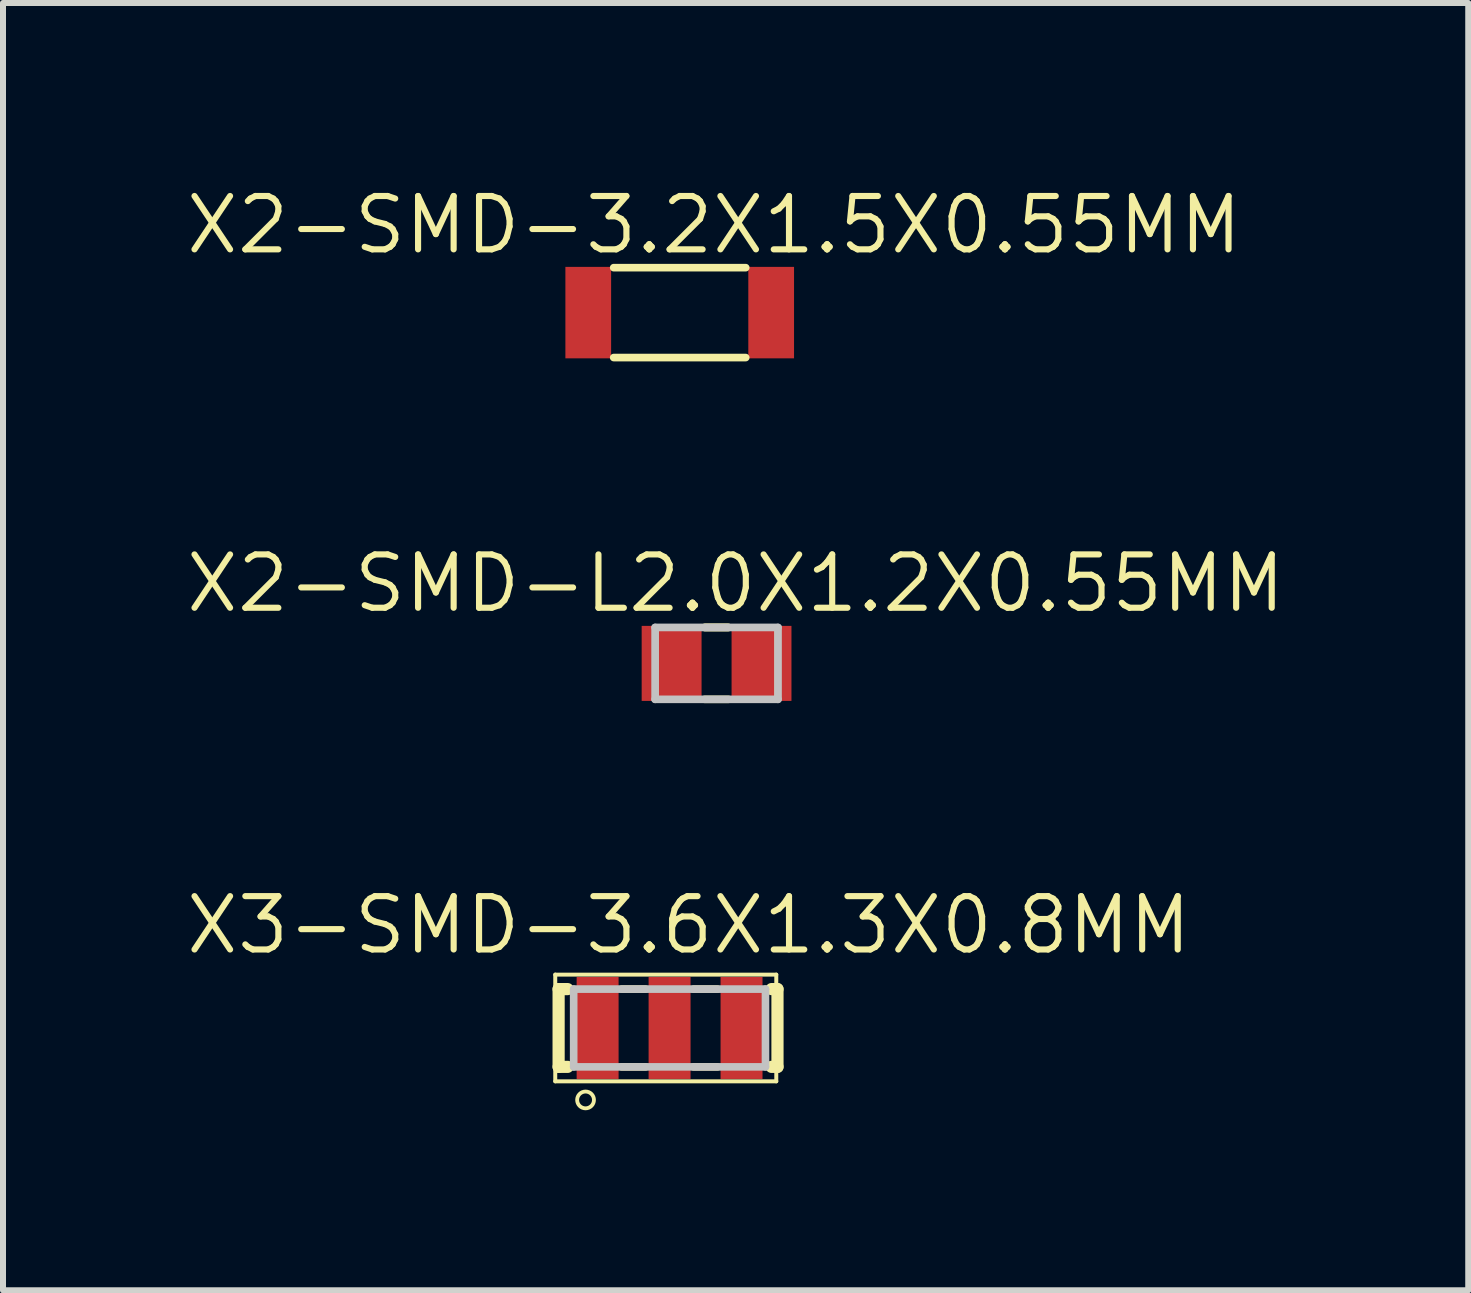
<source format=kicad_pcb>
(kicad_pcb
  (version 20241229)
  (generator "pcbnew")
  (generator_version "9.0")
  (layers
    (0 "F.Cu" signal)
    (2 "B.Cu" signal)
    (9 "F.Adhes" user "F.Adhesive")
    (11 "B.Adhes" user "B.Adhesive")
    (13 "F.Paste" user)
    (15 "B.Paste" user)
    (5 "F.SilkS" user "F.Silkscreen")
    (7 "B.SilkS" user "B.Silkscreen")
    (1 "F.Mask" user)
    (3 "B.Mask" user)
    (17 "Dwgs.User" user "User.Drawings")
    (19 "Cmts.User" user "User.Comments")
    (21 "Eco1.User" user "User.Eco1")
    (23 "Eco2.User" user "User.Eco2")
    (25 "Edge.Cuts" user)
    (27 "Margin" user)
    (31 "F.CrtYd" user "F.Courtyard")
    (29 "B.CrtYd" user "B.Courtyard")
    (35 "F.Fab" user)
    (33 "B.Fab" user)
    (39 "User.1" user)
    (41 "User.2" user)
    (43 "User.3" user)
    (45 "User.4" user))
  (footprint "X3-SMD-3.6X1.3X0.8MM"
    (layer "F.Cu")
    (at 8.107 14.079)
    (property "Reference" "X3-SMD-3.6X1.3X0.8MM" (at 0.318 -1.714 0) (layer "F.SilkS") (effects (font (size 0.889 0.889) (thickness 0.102))))
    (attr smd)
    (fp_line (start -1.905 -0.889) (end 1.778 -0.889) (stroke (width 0.066) (type solid)) (layer "F.SilkS"))
    (fp_line (start -1.905 0.889) (end -1.905 -0.889) (stroke (width 0.066) (type solid)) (layer "F.SilkS"))
    (fp_line (start -1.905 0.889) (end 1.778 0.889) (stroke (width 0.066) (type solid)) (layer "F.SilkS"))
    (fp_line (start -1.849 -0.648) (end -1.699 -0.648) (stroke (width 0.203) (type solid)) (layer "F.SilkS"))
    (fp_line (start -1.849 0.648) (end -1.849 -0.648) (stroke (width 0.203) (type solid)) (layer "F.SilkS"))
    (fp_line (start -1.699 0.648) (end -1.849 0.648) (stroke (width 0.203) (type solid)) (layer "F.SilkS"))
    (fp_line (start -0.798 -0.648) (end -0.399 -0.648) (stroke (width 0.127) (type solid)) (layer "F.SilkS"))
    (fp_line (start -0.798 0.648) (end -0.399 0.648) (stroke (width 0.127) (type solid)) (layer "F.SilkS"))
    (fp_line (start 0.399 -0.648) (end 0.798 -0.648) (stroke (width 0.127) (type solid)) (layer "F.SilkS"))
    (fp_line (start 0.399 0.648) (end 0.798 0.648) (stroke (width 0.127) (type solid)) (layer "F.SilkS"))
    (fp_line (start 1.699 -0.648) (end 1.798 -0.648) (stroke (width 0.203) (type solid)) (layer "F.SilkS"))
    (fp_line (start 1.778 0.889) (end 1.778 -0.889) (stroke (width 0.066) (type solid)) (layer "F.SilkS"))
    (fp_line (start 1.798 -0.648) (end 1.798 0.648) (stroke (width 0.203) (type solid)) (layer "F.SilkS"))
    (fp_line (start 1.798 0.648) (end 1.699 0.648) (stroke (width 0.203) (type solid)) (layer "F.SilkS"))
    (fp_circle (center -1.4 1.199) (end -1.499 1.298) (stroke (width 0.064) (type solid)) (fill no) (layer "F.SilkS"))
    (fp_line (start -1.598 -0.648) (end 1.598 -0.648) (stroke (width 0.127) (type solid)) (layer "Dwgs.User"))
    (fp_line (start -1.598 0.648) (end -1.598 -0.648) (stroke (width 0.127) (type solid)) (layer "Dwgs.User"))
    (fp_line (start 1.598 -0.648) (end 1.598 0.648) (stroke (width 0.127) (type solid)) (layer "Dwgs.User"))
    (fp_line (start 1.598 0.648) (end -1.598 0.648) (stroke (width 0.127) (type solid)) (layer "Dwgs.User"))
    (pad "1" smd rect (at -1.199 0) (size 0.699 1.699) (layers "F.Cu" "F.Mask" "F.Paste"))
    (pad "2" smd rect (at 0 0) (size 0.699 1.699) (layers "F.Cu" "F.Mask" "F.Paste"))
    (pad "3" smd rect (at 1.199 0) (size 0.699 1.699) (layers "F.Cu" "F.Mask" "F.Paste")))
  (footprint "X2-SMD-3.2X1.5X0.55MM"
    (layer "F.Cu")
    (at 8.276 2.159)
    (property "Reference" "X2-SMD-3.2X1.5X0.55MM" (at 0.572 -1.46 0) (layer "F.SilkS") (effects (font (size 0.889 0.889) (thickness 0.102))))
    (attr smd)
    (fp_line (start -1.1 -0.749) (end 1.1 -0.749) (stroke (width 0.127) (type solid)) (layer "F.SilkS"))
    (fp_line (start 1.1 0.749) (end -1.1 0.749) (stroke (width 0.127) (type solid)) (layer "F.SilkS"))
    (pad "1" smd rect (at -1.524 0 90) (size 1.524 0.762) (layers "F.Cu" "F.Mask" "F.Paste"))
    (pad "2" smd rect (at 1.524 0 90) (size 1.524 0.762) (layers "F.Cu" "F.Mask" "F.Paste")))
  (footprint "X2-SMD-L2.0X1.2X0.55MM"
    (layer "F.Cu")
    (at 8.89 8.004)
    (property "Reference" "X2-SMD-L2.0X1.2X0.55MM" (at 0.318 -1.333 0) (layer "F.SilkS") (effects (font (size 0.889 0.889) (thickness 0.102))))
    (attr smd)
    (fp_line (start -0.998 -0.599) (end 0.998 -0.599) (stroke (width 0.066) (type solid)) (layer "F.SilkS"))
    (fp_line (start -0.998 0.599) (end -0.998 -0.599) (stroke (width 0.066) (type solid)) (layer "F.SilkS"))
    (fp_line (start -0.998 0.599) (end 0.998 0.599) (stroke (width 0.066) (type solid)) (layer "F.SilkS"))
    (fp_line (start -0.198 -0.599) (end 0.198 -0.599) (stroke (width 0.127) (type solid)) (layer "F.SilkS"))
    (fp_line (start -0.198 -0.599) (end 0.198 -0.599) (stroke (width 0.127) (type solid)) (layer "F.SilkS"))
    (fp_line (start -0.198 0.599) (end 0.198 0.599) (stroke (width 0.127) (type solid)) (layer "F.SilkS"))
    (fp_line (start 0.998 0.599) (end 0.998 -0.599) (stroke (width 0.066) (type solid)) (layer "F.SilkS"))
    (fp_line (start -1.024 -0.599) (end 1.024 -0.599) (stroke (width 0.127) (type solid)) (layer "Dwgs.User"))
    (fp_line (start -1.024 0.599) (end -1.024 -0.599) (stroke (width 0.127) (type solid)) (layer "Dwgs.User"))
    (fp_line (start 1.024 -0.599) (end 1.024 0.599) (stroke (width 0.127) (type solid)) (layer "Dwgs.User"))
    (fp_line (start 1.024 0.599) (end -1.024 0.599) (stroke (width 0.127) (type solid)) (layer "Dwgs.User"))
    (pad "1" smd rect (at -0.749 0 90) (size 1.25 0.998) (layers "F.Cu" "F.Mask" "F.Paste"))
    (pad "2" smd rect (at 0.749 0 90) (size 1.25 0.998) (layers "F.Cu" "F.Mask" "F.Paste")))
  (gr_rect
    (start -3 -3)
    (end 21.415 18.45)
    (stroke (width 0.1) (type default))
    (fill no)
    (layer "Edge.Cuts")))
</source>
